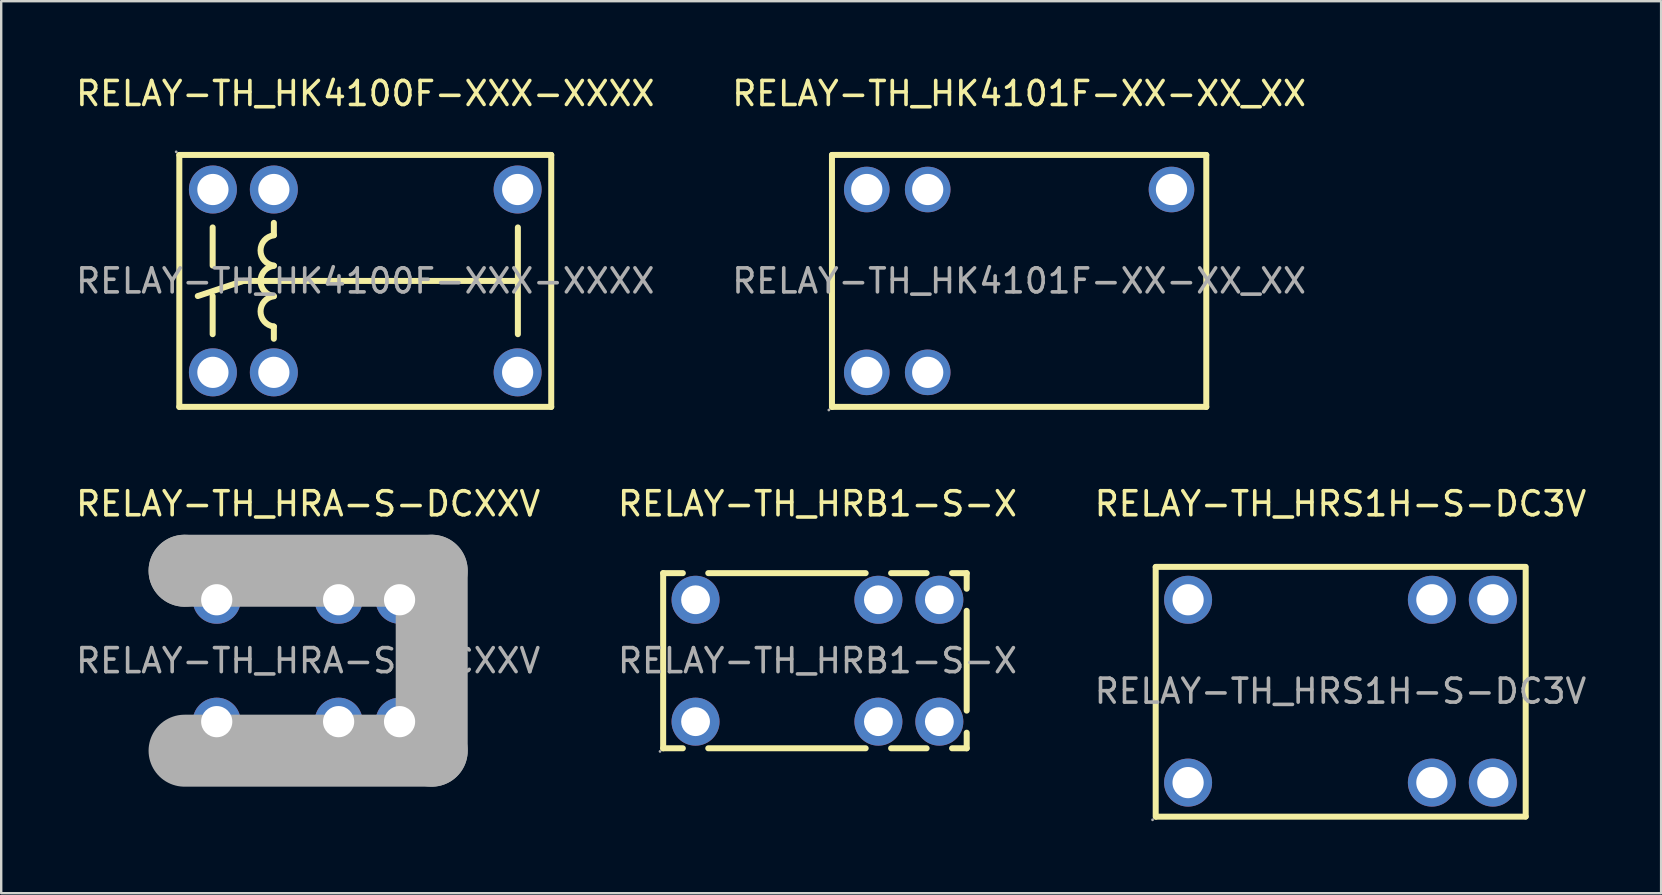
<source format=kicad_pcb>
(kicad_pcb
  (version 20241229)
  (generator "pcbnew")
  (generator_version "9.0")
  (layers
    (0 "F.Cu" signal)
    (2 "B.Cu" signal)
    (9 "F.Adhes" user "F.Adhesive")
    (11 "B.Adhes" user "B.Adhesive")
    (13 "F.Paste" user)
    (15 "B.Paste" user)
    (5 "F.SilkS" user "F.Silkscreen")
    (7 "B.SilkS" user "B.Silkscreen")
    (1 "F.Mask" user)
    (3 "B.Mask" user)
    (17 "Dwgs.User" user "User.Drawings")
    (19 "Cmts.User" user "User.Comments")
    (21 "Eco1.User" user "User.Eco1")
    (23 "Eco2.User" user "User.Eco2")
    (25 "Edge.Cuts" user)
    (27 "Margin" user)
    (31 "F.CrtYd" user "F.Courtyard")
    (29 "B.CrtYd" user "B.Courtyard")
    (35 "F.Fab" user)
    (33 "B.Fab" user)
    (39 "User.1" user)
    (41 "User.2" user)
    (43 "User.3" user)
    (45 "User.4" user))
  (footprint "RELAY-TH_HK4101F-XX-XX_XX"
    (layer "F.Cu")
    (at 39.423 8.658)
    (property "Reference" "RELAY-TH_HK4101F-XX-XX_XX" (at 0 -7.81 0) (layer "F.SilkS") (effects (font (size 1 1) (thickness 0.15))))
    (attr through_hole)
    (fp_line (start -7.8 -5.25) (end 7.8 -5.25) (stroke (width 0.25) (type solid)) (layer "F.SilkS"))
    (fp_line (start -7.8 5.25) (end -7.8 -5.25) (stroke (width 0.25) (type solid)) (layer "F.SilkS"))
    (fp_line (start 7.8 -5.25) (end 7.8 5.25) (stroke (width 0.25) (type solid)) (layer "F.SilkS"))
    (fp_line (start 7.8 5.25) (end -7.8 5.25) (stroke (width 0.25) (type solid)) (layer "F.SilkS"))
    (fp_circle (center -7.93 5.38) (end -7.9 5.38) (stroke (width 0.06) (type solid)) (fill no) (layer "F.Fab"))
    (fp_circle (center -6.35 -3.81) (end -6.07 -3.81) (stroke (width 0.55) (type solid)) (fill no) (layer "F.Fab"))
    (fp_circle (center -6.35 3.81) (end -6.07 3.81) (stroke (width 0.55) (type solid)) (fill no) (layer "F.Fab"))
    (fp_circle (center -3.81 -3.81) (end -3.53 -3.81) (stroke (width 0.55) (type solid)) (fill no) (layer "F.Fab"))
    (fp_circle (center -3.81 3.81) (end -3.53 3.81) (stroke (width 0.55) (type solid)) (fill no) (layer "F.Fab"))
    (fp_circle (center 6.35 -3.81) (end 6.63 -3.81) (stroke (width 0.55) (type solid)) (fill no) (layer "F.Fab"))
    (fp_text user "${REFERENCE}" (at 0 0 0) (layer "F.Fab") (effects (font (size 1 1) (thickness 0.15))))
    (pad "1" thru_hole circle (at -6.35 3.81) (size 1.9 1.9) (drill 1.3) (layers "*.Cu" "*.Paste" "*.Mask"))
    (pad "2" thru_hole circle (at -3.81 3.81) (size 1.9 1.9) (drill 1.3) (layers "*.Cu" "*.Paste" "*.Mask"))
    (pad "4" thru_hole circle (at 6.35 -3.81) (size 1.9 1.9) (drill 1.3) (layers "*.Cu" "*.Paste" "*.Mask"))
    (pad "5" thru_hole circle (at -3.81 -3.81) (size 1.9 1.9) (drill 1.3) (layers "*.Cu" "*.Paste" "*.Mask"))
    (pad "6" thru_hole circle (at -6.35 -3.81) (size 1.9 1.9) (drill 1.3) (layers "*.Cu" "*.Paste" "*.Mask")))
  (footprint "RELAY-TH_HRB1-S-X"
    (layer "F.Cu")
    (at 31.018 24.486)
    (property "Reference" "RELAY-TH_HRB1-S-X" (at 0 -6.54 0) (layer "F.SilkS") (effects (font (size 1 1) (thickness 0.15))))
    (attr through_hole)
    (fp_line (start -6.43 -3.65) (end -5.61 -3.65) (stroke (width 0.25) (type solid)) (layer "F.SilkS"))
    (fp_line (start -6.43 3.65) (end -6.43 -3.65) (stroke (width 0.25) (type solid)) (layer "F.SilkS"))
    (fp_line (start -5.61 3.65) (end -6.43 3.65) (stroke (width 0.25) (type solid)) (layer "F.SilkS"))
    (fp_line (start -4.55 -3.65) (end 2.01 -3.65) (stroke (width 0.25) (type solid)) (layer "F.SilkS"))
    (fp_line (start 2.01 3.65) (end -4.55 3.65) (stroke (width 0.25) (type solid)) (layer "F.SilkS"))
    (fp_line (start 3.07 -3.65) (end 4.55 -3.65) (stroke (width 0.25) (type solid)) (layer "F.SilkS"))
    (fp_line (start 4.55 3.65) (end 3.07 3.65) (stroke (width 0.25) (type solid)) (layer "F.SilkS"))
    (fp_line (start 5.61 -3.65) (end 6.22 -3.65) (stroke (width 0.25) (type solid)) (layer "F.SilkS"))
    (fp_line (start 6.22 -3.65) (end 6.22 -3) (stroke (width 0.25) (type solid)) (layer "F.SilkS"))
    (fp_line (start 6.22 -2.08) (end 6.22 2.08) (stroke (width 0.25) (type solid)) (layer "F.SilkS"))
    (fp_line (start 6.22 3) (end 6.22 3.65) (stroke (width 0.25) (type solid)) (layer "F.SilkS"))
    (fp_line (start 6.22 3.65) (end 5.61 3.65) (stroke (width 0.25) (type solid)) (layer "F.SilkS"))
    (fp_circle (center -6.56 3.78) (end -6.53 3.78) (stroke (width 0.06) (type solid)) (fill no) (layer "F.Fab"))
    (fp_circle (center -5.08 -2.54) (end -4.83 -2.54) (stroke (width 0.5) (type solid)) (fill no) (layer "F.Fab"))
    (fp_circle (center -5.08 2.54) (end -4.83 2.54) (stroke (width 0.5) (type solid)) (fill no) (layer "F.Fab"))
    (fp_circle (center 2.54 -2.54) (end 2.79 -2.54) (stroke (width 0.5) (type solid)) (fill no) (layer "F.Fab"))
    (fp_circle (center 2.54 2.54) (end 2.79 2.54) (stroke (width 0.5) (type solid)) (fill no) (layer "F.Fab"))
    (fp_circle (center 5.08 -2.54) (end 5.33 -2.54) (stroke (width 0.5) (type solid)) (fill no) (layer "F.Fab"))
    (fp_circle (center 5.08 2.54) (end 5.33 2.54) (stroke (width 0.5) (type solid)) (fill no) (layer "F.Fab"))
    (fp_text user "${REFERENCE}" (at 0 0 0) (layer "F.Fab") (effects (font (size 1 1) (thickness 0.15))))
    (pad "1" thru_hole circle (at -5.08 2.54 180) (size 2 2) (drill 1.2) (layers "*.Cu" "*.Paste" "*.Mask"))
    (pad "2" thru_hole circle (at 2.54 2.54 180) (size 2 2) (drill 1.2) (layers "*.Cu" "*.Paste" "*.Mask"))
    (pad "3" thru_hole circle (at 5.08 2.54 180) (size 2 2) (drill 1.2) (layers "*.Cu" "*.Paste" "*.Mask"))
    (pad "4" thru_hole circle (at 5.08 -2.54 180) (size 2 2) (drill 1.2) (layers "*.Cu" "*.Paste" "*.Mask"))
    (pad "5" thru_hole circle (at 2.54 -2.54 180) (size 2 2) (drill 1.2) (layers "*.Cu" "*.Paste" "*.Mask"))
    (pad "6" thru_hole circle (at -5.08 -2.54 180) (size 2 2) (drill 1.2) (layers "*.Cu" "*.Paste" "*.Mask")))
  (footprint "RELAY-TH_HRS1H-S-DC3V"
    (layer "F.Cu")
    (at 52.815 25.756)
    (property "Reference" "RELAY-TH_HRS1H-S-DC3V" (at 0 -7.81 0) (layer "F.SilkS") (effects (font (size 1 1) (thickness 0.15))))
    (attr through_hole)
    (fp_line (start -7.7 -5.18) (end 7.7 -5.18) (stroke (width 0.25) (type solid)) (layer "F.SilkS"))
    (fp_line (start -7.7 -5.17) (end -7.7 5.23) (stroke (width 0.25) (type solid)) (layer "F.SilkS"))
    (fp_line (start -7.68 5.23) (end 7.72 5.23) (stroke (width 0.25) (type solid)) (layer "F.SilkS"))
    (fp_line (start 7.72 -5.18) (end 7.72 5.22) (stroke (width 0.25) (type solid)) (layer "F.SilkS"))
    (fp_circle (center -7.83 5.36) (end -7.8 5.36) (stroke (width 0.06) (type solid)) (fill no) (layer "F.Fab"))
    (fp_circle (center -6.35 -3.81) (end -6.07 -3.81) (stroke (width 0.55) (type solid)) (fill no) (layer "F.Fab"))
    (fp_circle (center -6.35 3.81) (end -6.07 3.81) (stroke (width 0.55) (type solid)) (fill no) (layer "F.Fab"))
    (fp_circle (center 3.81 -3.81) (end 4.09 -3.81) (stroke (width 0.55) (type solid)) (fill no) (layer "F.Fab"))
    (fp_circle (center 3.81 3.81) (end 4.09 3.81) (stroke (width 0.55) (type solid)) (fill no) (layer "F.Fab"))
    (fp_circle (center 6.35 -3.81) (end 6.63 -3.81) (stroke (width 0.55) (type solid)) (fill no) (layer "F.Fab"))
    (fp_circle (center 6.35 3.81) (end 6.63 3.81) (stroke (width 0.55) (type solid)) (fill no) (layer "F.Fab"))
    (fp_text user "${REFERENCE}" (at 0 0 0) (layer "F.Fab") (effects (font (size 1 1) (thickness 0.15))))
    (pad "1" thru_hole circle (at -6.35 3.81) (size 2 2) (drill 1.3) (layers "*.Cu" "*.Paste" "*.Mask"))
    (pad "2" thru_hole circle (at 3.81 3.81) (size 2 2) (drill 1.3) (layers "*.Cu" "*.Paste" "*.Mask"))
    (pad "3" thru_hole circle (at 6.35 3.81) (size 2 2) (drill 1.3) (layers "*.Cu" "*.Paste" "*.Mask"))
    (pad "4" thru_hole circle (at 6.35 -3.81) (size 2 2) (drill 1.3) (layers "*.Cu" "*.Paste" "*.Mask"))
    (pad "5" thru_hole circle (at 3.81 -3.81) (size 2 2) (drill 1.3) (layers "*.Cu" "*.Paste" "*.Mask"))
    (pad "6" thru_hole circle (at -6.35 -3.81) (size 2 2) (drill 1.3) (layers "*.Cu" "*.Paste" "*.Mask")))
  (footprint "RELAY-TH_HK4100F-XXX-XXXX"
    (layer "F.Cu")
    (at 12.173 8.658)
    (property "Reference" "RELAY-TH_HK4100F-XXX-XXXX" (at 0 -7.81 0) (layer "F.SilkS") (effects (font (size 1 1) (thickness 0.15))))
    (attr through_hole)
    (fp_line (start -7.75 -5.25) (end 7.75 -5.25) (stroke (width 0.25) (type solid)) (layer "F.SilkS"))
    (fp_line (start -7.75 5.25) (end -7.75 -5.25) (stroke (width 0.25) (type solid)) (layer "F.SilkS"))
    (fp_line (start -7.75 5.25) (end 7.75 5.25) (stroke (width 0.25) (type solid)) (layer "F.SilkS"))
    (fp_line (start -6.36 -2.23) (end -6.36 -0.64) (stroke (width 0.25) (type solid)) (layer "F.SilkS"))
    (fp_line (start -6.36 0.63) (end -6.36 2.22) (stroke (width 0.25) (type solid)) (layer "F.SilkS"))
    (fp_line (start -5.08 0) (end -6.98 0.63) (stroke (width 0.25) (type solid)) (layer "F.SilkS"))
    (fp_line (start -5.08 0) (end 6.36 0) (stroke (width 0.25) (type solid)) (layer "F.SilkS"))
    (fp_line (start -3.81 -1.91) (end -3.81 -2.42) (stroke (width 0.25) (type solid)) (layer "F.SilkS"))
    (fp_line (start -3.81 2.41) (end -3.81 1.9) (stroke (width 0.25) (type solid)) (layer "F.SilkS"))
    (fp_line (start 6.36 -2.23) (end 6.36 2.22) (stroke (width 0.25) (type solid)) (layer "F.SilkS"))
    (fp_line (start 7.75 5.25) (end 7.75 -5.25) (stroke (width 0.25) (type solid)) (layer "F.SilkS"))
    (fp_arc (start -3.81 -0.64) (mid -4.365059 -1.270797) (end -3.808418 -1.900199) (stroke (width 0.25) (type solid)) (layer "F.SilkS"))
    (fp_arc (start -3.81 0.63) (mid -4.365059 -0.000797) (end -3.808418 -0.630199) (stroke (width 0.25) (type solid)) (layer "F.SilkS"))
    (fp_arc (start -3.81 1.9) (mid -4.365059 1.269203) (end -3.808418 0.639801) (stroke (width 0.25) (type solid)) (layer "F.SilkS"))
    (fp_circle (center -7.88 -5.38) (end -7.85 -5.38) (stroke (width 0.06) (type solid)) (fill no) (layer "F.Fab"))
    (fp_circle (center -6.35 -3.81) (end -6.07 -3.81) (stroke (width 0.55) (type solid)) (fill no) (layer "F.Fab"))
    (fp_circle (center -6.35 3.81) (end -6.07 3.81) (stroke (width 0.55) (type solid)) (fill no) (layer "F.Fab"))
    (fp_circle (center -3.81 -3.81) (end -3.53 -3.81) (stroke (width 0.55) (type solid)) (fill no) (layer "F.Fab"))
    (fp_circle (center -3.81 3.81) (end -3.53 3.81) (stroke (width 0.55) (type solid)) (fill no) (layer "F.Fab"))
    (fp_circle (center 6.35 -3.81) (end 6.63 -3.81) (stroke (width 0.55) (type solid)) (fill no) (layer "F.Fab"))
    (fp_circle (center 6.35 3.81) (end 6.63 3.81) (stroke (width 0.55) (type solid)) (fill no) (layer "F.Fab"))
    (fp_text user "${REFERENCE}" (at 0 0 0) (layer "F.Fab") (effects (font (size 1 1) (thickness 0.15))))
    (pad "1" thru_hole circle (at -6.35 -3.81 180) (size 2 2) (drill 1.3) (layers "*.Cu" "*.Paste" "*.Mask"))
    (pad "2" thru_hole circle (at -6.35 3.81 180) (size 2 2) (drill 1.3) (layers "*.Cu" "*.Paste" "*.Mask"))
    (pad "3" thru_hole circle (at -3.81 -3.81 180) (size 2 2) (drill 1.3) (layers "*.Cu" "*.Paste" "*.Mask"))
    (pad "4" thru_hole circle (at -3.81 3.81 180) (size 2 2) (drill 1.3) (layers "*.Cu" "*.Paste" "*.Mask"))
    (pad "5" thru_hole circle (at 6.35 -3.81 180) (size 2 2) (drill 1.3) (layers "*.Cu" "*.Paste" "*.Mask"))
    (pad "6" thru_hole circle (at 6.35 3.81 180) (size 2 2) (drill 1.3) (layers "*.Cu" "*.Paste" "*.Mask")))
  (footprint "RELAY-TH_HRA-S-DCXXV"
    (layer "F.Cu")
    (at 9.792 24.486)
    (property "Reference" "RELAY-TH_HRA-S-DCXXV" (at 0 -6.54 0) (layer "F.SilkS") (effects (font (size 1 1) (thickness 0.15))))
    (attr through_hole)
    (fp_line (start -5.15 -3.75) (end -5.15 -3.75) (stroke (width 3) (type solid)) (layer "F.Fab"))
    (fp_line (start -5.15 -3.75) (end 5.15 -3.75) (stroke (width 3) (type solid)) (layer "F.Fab"))
    (fp_line (start 5.15 -3.75) (end 5.15 3.75) (stroke (width 3) (type solid)) (layer "F.Fab"))
    (fp_line (start 5.15 3.75) (end -5.15 3.75) (stroke (width 3) (type solid)) (layer "F.Fab"))
    (fp_circle (center -5.28 3.88) (end -5.25 3.88) (stroke (width 0.06) (type solid)) (fill no) (layer "F.Fab"))
    (fp_circle (center -3.81 -2.54) (end -3.53 -2.54) (stroke (width 0.55) (type solid)) (fill no) (layer "F.Fab"))
    (fp_circle (center -3.81 2.54) (end -3.53 2.54) (stroke (width 0.55) (type solid)) (fill no) (layer "F.Fab"))
    (fp_circle (center 1.27 -2.54) (end 1.55 -2.54) (stroke (width 0.55) (type solid)) (fill no) (layer "F.Fab"))
    (fp_circle (center 1.27 2.54) (end 1.55 2.54) (stroke (width 0.55) (type solid)) (fill no) (layer "F.Fab"))
    (fp_circle (center 3.81 -2.54) (end 4.09 -2.54) (stroke (width 0.55) (type solid)) (fill no) (layer "F.Fab"))
    (fp_circle (center 3.81 2.54) (end 4.09 2.54) (stroke (width 0.55) (type solid)) (fill no) (layer "F.Fab"))
    (fp_text user "${REFERENCE}" (at 0 0 0) (layer "F.Fab") (effects (font (size 1 1) (thickness 0.15))))
    (pad "1" thru_hole circle (at -3.81 2.54) (size 2 2) (drill 1.3) (layers "*.Cu" "*.Paste" "*.Mask"))
    (pad "2" thru_hole circle (at 1.27 2.54) (size 2 2) (drill 1.3) (layers "*.Cu" "*.Paste" "*.Mask"))
    (pad "3" thru_hole circle (at 3.81 2.54) (size 2 2) (drill 1.3) (layers "*.Cu" "*.Paste" "*.Mask"))
    (pad "4" thru_hole circle (at 3.81 -2.54) (size 2 2) (drill 1.3) (layers "*.Cu" "*.Paste" "*.Mask"))
    (pad "5" thru_hole circle (at 1.27 -2.54) (size 2 2) (drill 1.3) (layers "*.Cu" "*.Paste" "*.Mask"))
    (pad "6" thru_hole circle (at -3.81 -2.54) (size 2 2) (drill 1.3) (layers "*.Cu" "*.Paste" "*.Mask")))
  (gr_rect
    (start -3 -3)
    (end 66.179 34.176)
    (stroke (width 0.1) (type default))
    (fill no)
    (layer "Edge.Cuts")))
</source>
